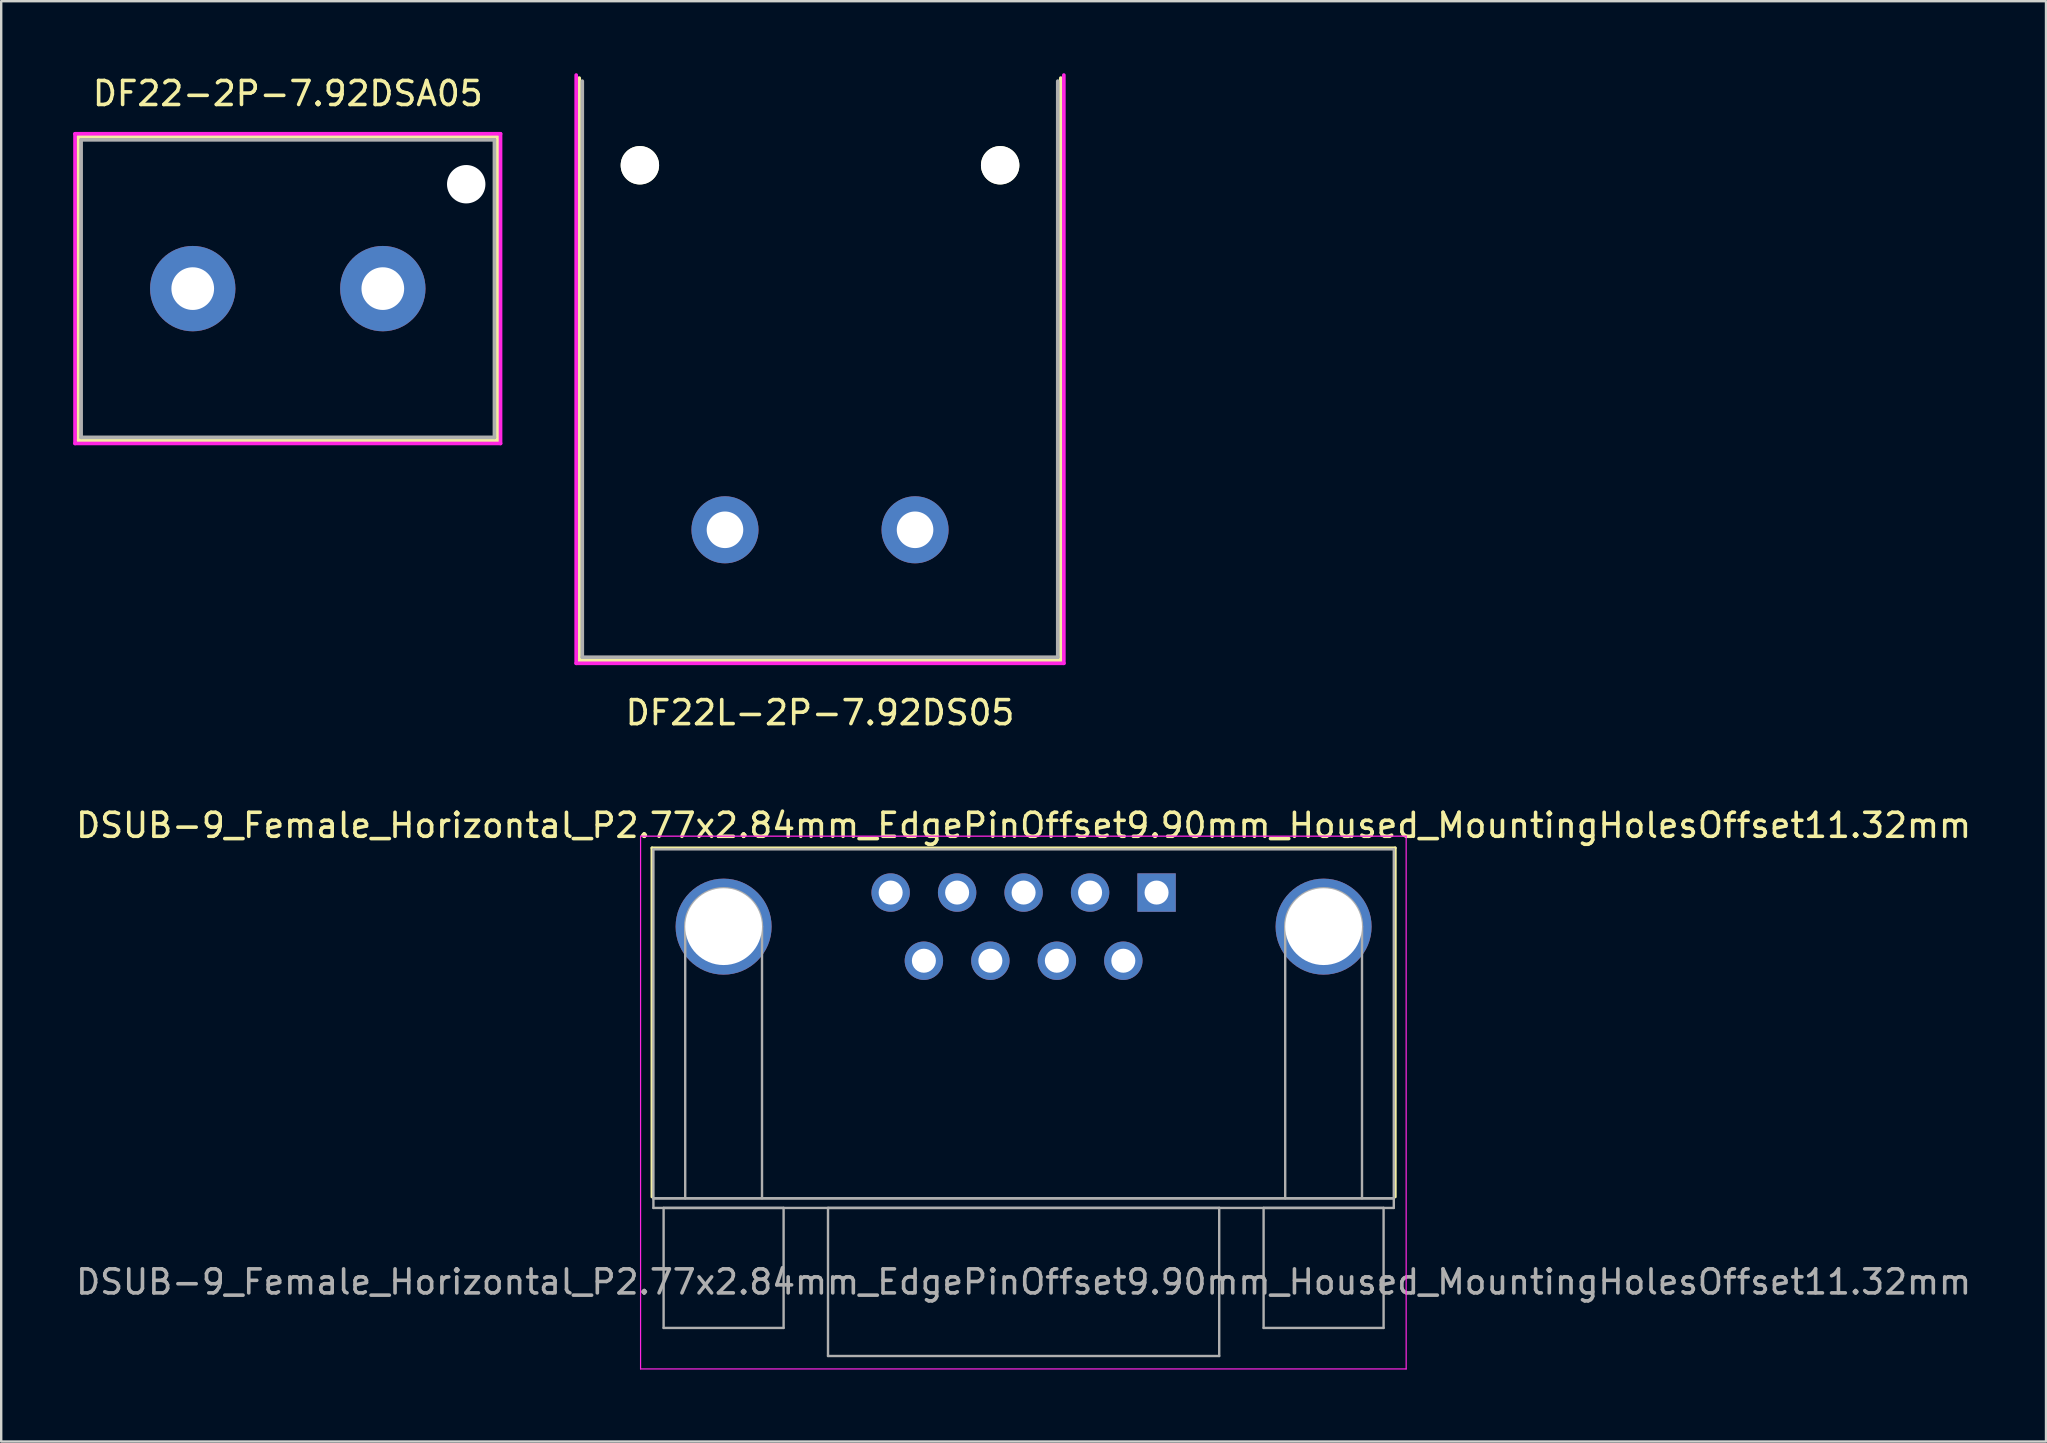
<source format=kicad_pcb>
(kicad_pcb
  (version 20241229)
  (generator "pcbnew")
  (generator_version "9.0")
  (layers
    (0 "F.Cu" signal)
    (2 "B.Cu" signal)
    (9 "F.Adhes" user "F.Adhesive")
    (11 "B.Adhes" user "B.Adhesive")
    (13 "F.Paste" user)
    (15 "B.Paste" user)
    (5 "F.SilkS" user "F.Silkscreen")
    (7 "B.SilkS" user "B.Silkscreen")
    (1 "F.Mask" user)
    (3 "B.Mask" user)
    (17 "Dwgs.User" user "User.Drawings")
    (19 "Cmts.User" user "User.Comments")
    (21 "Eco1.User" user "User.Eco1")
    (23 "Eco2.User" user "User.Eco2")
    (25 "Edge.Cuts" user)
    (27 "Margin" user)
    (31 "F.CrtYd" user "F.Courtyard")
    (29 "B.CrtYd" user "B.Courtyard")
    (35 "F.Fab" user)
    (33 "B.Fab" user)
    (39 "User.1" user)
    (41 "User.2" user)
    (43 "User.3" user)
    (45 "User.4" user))
  (footprint "DF22-2P-7.92DSA05"
    (layer "F.Cu")
    (at 8.941 8.976)
    (property "Reference" "DF22-2P-7.92DSA05" (at 0 -8.128 0) (layer "F.SilkS") (effects (font (size 1 1) (thickness 0.15))))
    (attr through_hole)
    (fp_line (start -8.738 -6.325) (end -8.738 6.325) (stroke (width 0.152) (type solid)) (layer "F.SilkS"))
    (fp_line (start -8.738 6.325) (end 8.738 6.325) (stroke (width 0.152) (type solid)) (layer "F.SilkS"))
    (fp_line (start 8.738 -6.325) (end -8.738 -6.325) (stroke (width 0.152) (type solid)) (layer "F.SilkS"))
    (fp_line (start 8.738 6.325) (end 8.738 -6.325) (stroke (width 0.152) (type solid)) (layer "F.SilkS"))
    (fp_line (start -8.865 -6.452) (end -8.865 6.452) (stroke (width 0.152) (type solid)) (layer "F.CrtYd"))
    (fp_line (start -8.865 6.452) (end 8.865 6.452) (stroke (width 0.152) (type solid)) (layer "F.CrtYd"))
    (fp_line (start 8.865 -6.452) (end -8.865 -6.452) (stroke (width 0.152) (type solid)) (layer "F.CrtYd"))
    (fp_line (start 8.865 6.452) (end 8.865 -6.452) (stroke (width 0.152) (type solid)) (layer "F.CrtYd"))
    (fp_line (start -8.611 -6.198) (end -8.611 6.198) (stroke (width 0.152) (type solid)) (layer "F.Fab"))
    (fp_line (start -8.611 6.198) (end 8.611 6.198) (stroke (width 0.152) (type solid)) (layer "F.Fab"))
    (fp_line (start 8.611 -6.198) (end -8.611 -6.198) (stroke (width 0.152) (type solid)) (layer "F.Fab"))
    (fp_line (start 8.611 6.198) (end 8.611 -6.198) (stroke (width 0.152) (type solid)) (layer "F.Fab"))
    (fp_circle (center 3.96 0) (end 4.214 0) (stroke (width 0.152) (type solid)) (fill no) (layer "F.Fab"))
    (fp_text user "Copyright 2016 Accelerated Designs. All rights reserved." (at 0 0 0) (layer "Cmts.User") (effects (font (size 0.127 0.127) (thickness 0.002))))
    (pad "" np_thru_hole circle (at 7.435 -4.35) (size 1.6 1.6) (drill 1.6) (layers "*.Cu" "*.Mask"))
    (pad "1" thru_hole circle (at 3.96 0 90) (size 3.556 3.556) (drill 1.778) (layers "*.Cu" "*.Mask"))
    (pad "2" thru_hole circle (at -3.96 0 90) (size 3.556 3.556) (drill 1.778) (layers "*.Cu" "*.Mask")))
  (footprint "DSUB-9_Female_Horizontal_P2.77x2.84mm_EdgePinOffset9.90mm_Housed_MountingHolesOffset11.32mm"
    (layer "F.Cu")
    (at 45.141 34.141)
    (property "Reference" "DSUB-9_Female_Horizontal_P2.77x2.84mm_EdgePinOffset9.90mm_Housed_MountingHolesOffset11.32mm" (at -5.54 -2.8 0) (layer "F.SilkS") (effects (font (size 1 1) (thickness 0.15))))
    (attr through_hole)
    (fp_line (start -21.025 -1.86) (end 9.945 -1.86) (stroke (width 0.12) (type solid)) (layer "F.SilkS"))
    (fp_line (start -21.025 12.68) (end -21.025 -1.86) (stroke (width 0.12) (type solid)) (layer "F.SilkS"))
    (fp_line (start 9.945 -1.86) (end 9.945 12.68) (stroke (width 0.12) (type solid)) (layer "F.SilkS"))
    (fp_line (start -21.5 -2.35) (end -21.5 19.85) (stroke (width 0.05) (type solid)) (layer "F.CrtYd"))
    (fp_line (start -21.5 19.85) (end 10.4 19.85) (stroke (width 0.05) (type solid)) (layer "F.CrtYd"))
    (fp_line (start 10.4 -2.35) (end -21.5 -2.35) (stroke (width 0.05) (type solid)) (layer "F.CrtYd"))
    (fp_line (start 10.4 19.85) (end 10.4 -2.35) (stroke (width 0.05) (type solid)) (layer "F.CrtYd"))
    (fp_line (start -20.965 -1.8) (end -20.965 12.74) (stroke (width 0.1) (type solid)) (layer "F.Fab"))
    (fp_line (start -20.965 12.74) (end -20.965 13.14) (stroke (width 0.1) (type solid)) (layer "F.Fab"))
    (fp_line (start -20.965 12.74) (end 9.885 12.74) (stroke (width 0.1) (type solid)) (layer "F.Fab"))
    (fp_line (start -20.965 13.14) (end 9.885 13.14) (stroke (width 0.1) (type solid)) (layer "F.Fab"))
    (fp_line (start -20.54 13.14) (end -20.54 18.14) (stroke (width 0.1) (type solid)) (layer "F.Fab"))
    (fp_line (start -20.54 18.14) (end -15.54 18.14) (stroke (width 0.1) (type solid)) (layer "F.Fab"))
    (fp_line (start -19.64 12.74) (end -19.64 1.42) (stroke (width 0.1) (type solid)) (layer "F.Fab"))
    (fp_line (start -16.44 12.74) (end -16.44 1.42) (stroke (width 0.1) (type solid)) (layer "F.Fab"))
    (fp_line (start -15.54 13.14) (end -20.54 13.14) (stroke (width 0.1) (type solid)) (layer "F.Fab"))
    (fp_line (start -15.54 18.14) (end -15.54 13.14) (stroke (width 0.1) (type solid)) (layer "F.Fab"))
    (fp_line (start -13.69 13.14) (end -13.69 19.31) (stroke (width 0.1) (type solid)) (layer "F.Fab"))
    (fp_line (start -13.69 19.31) (end 2.61 19.31) (stroke (width 0.1) (type solid)) (layer "F.Fab"))
    (fp_line (start 2.61 13.14) (end -13.69 13.14) (stroke (width 0.1) (type solid)) (layer "F.Fab"))
    (fp_line (start 2.61 19.31) (end 2.61 13.14) (stroke (width 0.1) (type solid)) (layer "F.Fab"))
    (fp_line (start 4.46 13.14) (end 4.46 18.14) (stroke (width 0.1) (type solid)) (layer "F.Fab"))
    (fp_line (start 4.46 18.14) (end 9.46 18.14) (stroke (width 0.1) (type solid)) (layer "F.Fab"))
    (fp_line (start 5.36 12.74) (end 5.36 1.42) (stroke (width 0.1) (type solid)) (layer "F.Fab"))
    (fp_line (start 8.56 12.74) (end 8.56 1.42) (stroke (width 0.1) (type solid)) (layer "F.Fab"))
    (fp_line (start 9.46 13.14) (end 4.46 13.14) (stroke (width 0.1) (type solid)) (layer "F.Fab"))
    (fp_line (start 9.46 18.14) (end 9.46 13.14) (stroke (width 0.1) (type solid)) (layer "F.Fab"))
    (fp_line (start 9.885 -1.8) (end -20.965 -1.8) (stroke (width 0.1) (type solid)) (layer "F.Fab"))
    (fp_line (start 9.885 12.74) (end -20.965 12.74) (stroke (width 0.1) (type solid)) (layer "F.Fab"))
    (fp_line (start 9.885 12.74) (end 9.885 -1.8) (stroke (width 0.1) (type solid)) (layer "F.Fab"))
    (fp_line (start 9.885 13.14) (end 9.885 12.74) (stroke (width 0.1) (type solid)) (layer "F.Fab"))
    (fp_arc (start -19.64 1.42) (mid -18.04 -0.18) (end -16.44 1.42) (stroke (width 0.1) (type solid)) (layer "F.Fab"))
    (fp_arc (start 5.36 1.42) (mid 6.96 -0.18) (end 8.56 1.42) (stroke (width 0.1) (type solid)) (layer "F.Fab"))
    (fp_text user "${REFERENCE}" (at -5.54 16.225 0) (layer "F.Fab") (effects (font (size 1 1) (thickness 0.15))))
    (pad "0" thru_hole circle (at -18.04 1.42) (size 4 4) (drill 3.2) (layers "*.Cu" "*.Mask"))
    (pad "0" thru_hole circle (at 6.96 1.42) (size 4 4) (drill 3.2) (layers "*.Cu" "*.Mask"))
    (pad "1" thru_hole rect (at 0 0) (size 1.6 1.6) (drill 1) (layers "*.Cu" "*.Mask"))
    (pad "2" thru_hole circle (at -2.77 0) (size 1.6 1.6) (drill 1) (layers "*.Cu" "*.Mask"))
    (pad "3" thru_hole circle (at -5.54 0) (size 1.6 1.6) (drill 1) (layers "*.Cu" "*.Mask"))
    (pad "4" thru_hole circle (at -8.31 0) (size 1.6 1.6) (drill 1) (layers "*.Cu" "*.Mask"))
    (pad "5" thru_hole circle (at -11.08 0) (size 1.6 1.6) (drill 1) (layers "*.Cu" "*.Mask"))
    (pad "6" thru_hole circle (at -1.385 2.84) (size 1.6 1.6) (drill 1) (layers "*.Cu" "*.Mask"))
    (pad "7" thru_hole circle (at -4.155 2.84) (size 1.6 1.6) (drill 1) (layers "*.Cu" "*.Mask"))
    (pad "8" thru_hole circle (at -6.925 2.84) (size 1.6 1.6) (drill 1) (layers "*.Cu" "*.Mask"))
    (pad "9" thru_hole circle (at -9.695 2.84) (size 1.6 1.6) (drill 1) (layers "*.Cu" "*.Mask")))
  (footprint "DF22L-2P-7.92DS05"
    (layer "F.Cu")
    (at 31.118 19.025)
    (property "Reference" "DF22L-2P-7.92DS05" (at 0 7.62 0) (layer "F.SilkS") (effects (font (size 1 1) (thickness 0.15))))
    (attr through_hole)
    (fp_line (start -10.033 -18.821) (end -10.033 5.436) (stroke (width 0.152) (type solid)) (layer "F.SilkS"))
    (fp_line (start -10.033 5.436) (end 10.033 5.436) (stroke (width 0.152) (type solid)) (layer "F.SilkS"))
    (fp_line (start 10.033 5.436) (end 10.033 -18.821) (stroke (width 0.152) (type solid)) (layer "F.SilkS"))
    (fp_line (start -10.16 -18.948) (end -10.16 5.563) (stroke (width 0.152) (type solid)) (layer "F.CrtYd"))
    (fp_line (start -10.16 5.563) (end 10.16 5.563) (stroke (width 0.152) (type solid)) (layer "F.CrtYd"))
    (fp_line (start 10.16 5.563) (end 10.16 -18.948) (stroke (width 0.152) (type solid)) (layer "F.CrtYd"))
    (fp_line (start -9.906 -18.694) (end -9.906 5.309) (stroke (width 0.152) (type solid)) (layer "F.Fab"))
    (fp_line (start -9.906 5.309) (end 9.906 5.309) (stroke (width 0.152) (type solid)) (layer "F.Fab"))
    (fp_line (start 9.906 5.309) (end 9.906 -18.694) (stroke (width 0.152) (type solid)) (layer "F.Fab"))
    (fp_circle (center 3.96 0) (end 4.214 0) (stroke (width 0.152) (type solid)) (fill no) (layer "F.Fab"))
    (fp_text user "Copyright 2016 Accelerated Designs. All rights reserved." (at 0 0 0) (layer "Cmts.User") (effects (font (size 0.127 0.127) (thickness 0.002))))
    (pad "" np_thru_hole circle (at -7.506 -15.189) (size 1.6 1.6) (drill 1.6) (layers "*.Cu" "*.Mask" "F.SilkS"))
    (pad "" np_thru_hole circle (at 7.506 -15.189) (size 1.6 1.6) (drill 1.6) (layers "*.Cu" "*.Mask" "F.SilkS"))
    (pad "1" thru_hole circle (at 3.96 0) (size 2.794 2.794) (drill 1.524) (layers "*.Cu" "*.Mask"))
    (pad "2" thru_hole circle (at -3.96 0) (size 2.794 2.794) (drill 1.524) (layers "*.Cu" "*.Mask")))
  (gr_rect
    (start -3 -3)
    (end 82.202 57.016)
    (stroke (width 0.1) (type default))
    (fill no)
    (layer "Edge.Cuts")))
</source>
